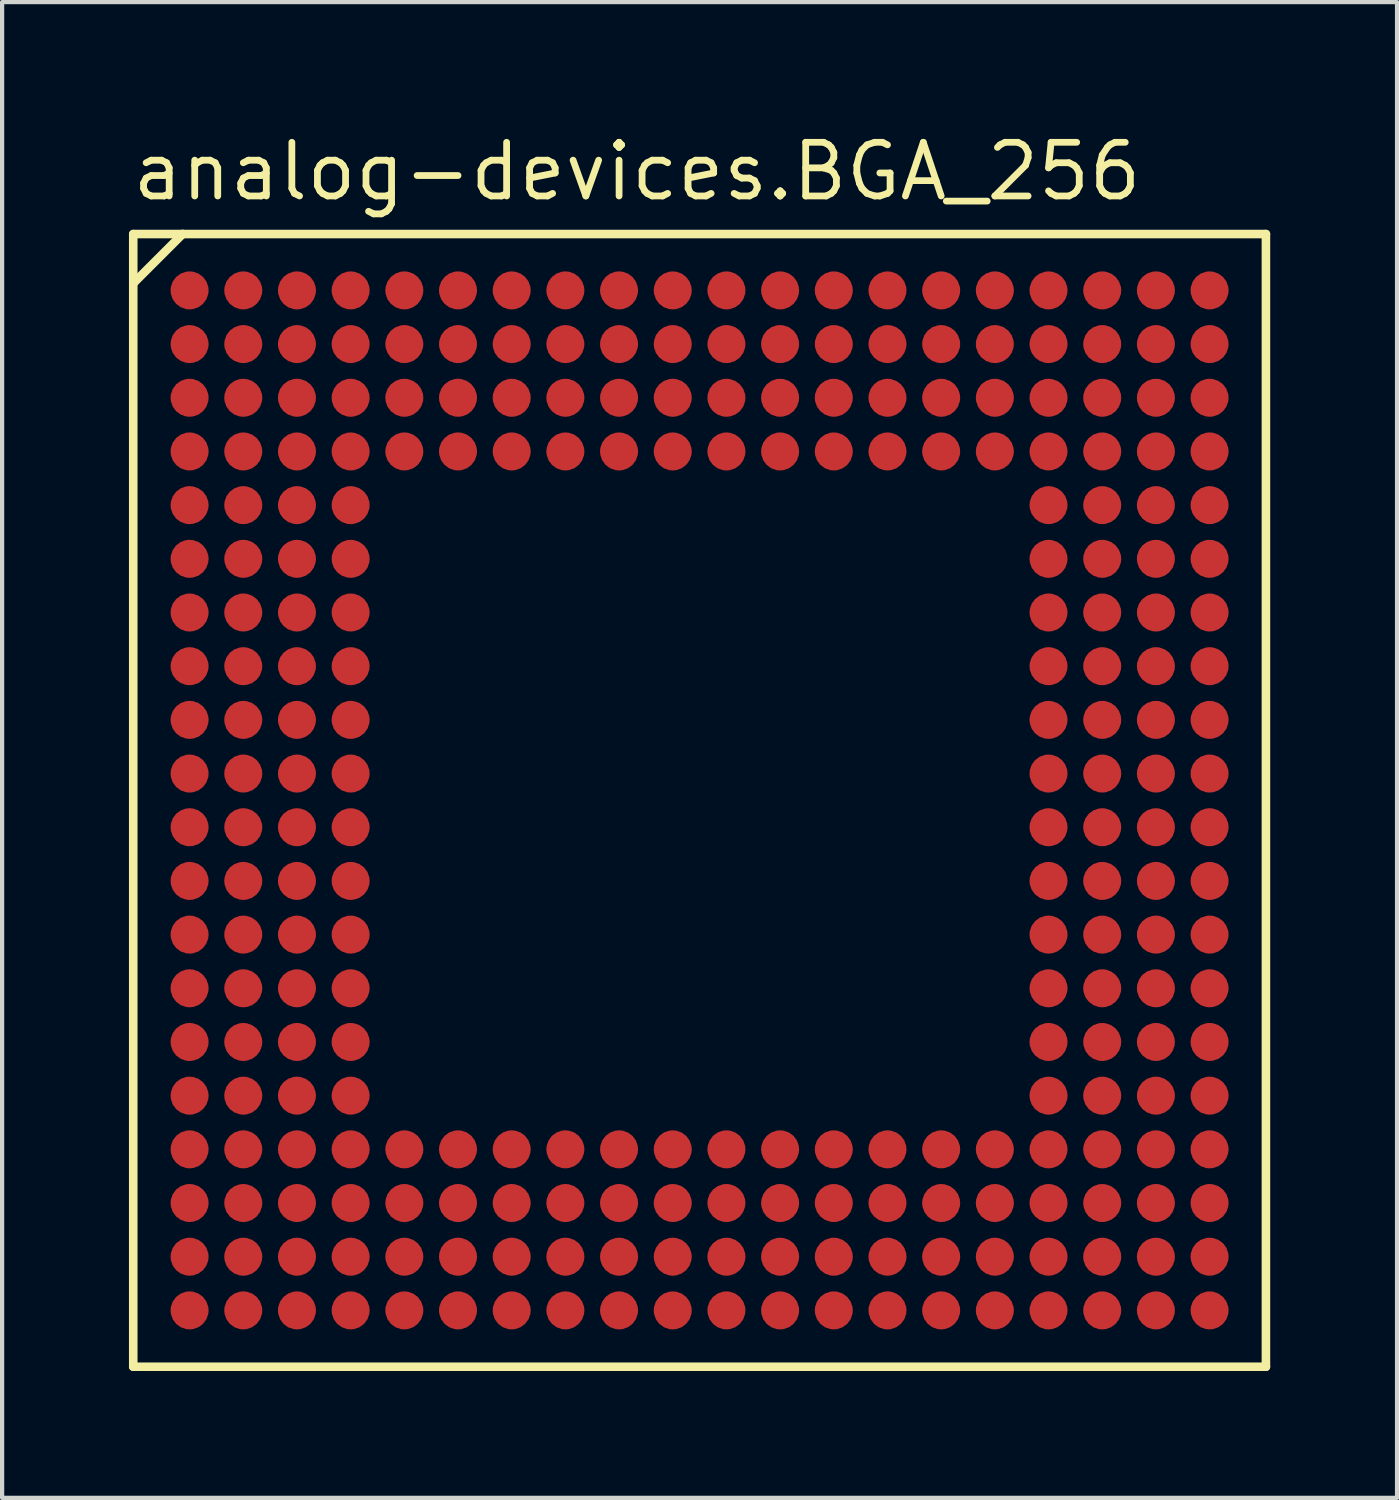
<source format=kicad_pcb>
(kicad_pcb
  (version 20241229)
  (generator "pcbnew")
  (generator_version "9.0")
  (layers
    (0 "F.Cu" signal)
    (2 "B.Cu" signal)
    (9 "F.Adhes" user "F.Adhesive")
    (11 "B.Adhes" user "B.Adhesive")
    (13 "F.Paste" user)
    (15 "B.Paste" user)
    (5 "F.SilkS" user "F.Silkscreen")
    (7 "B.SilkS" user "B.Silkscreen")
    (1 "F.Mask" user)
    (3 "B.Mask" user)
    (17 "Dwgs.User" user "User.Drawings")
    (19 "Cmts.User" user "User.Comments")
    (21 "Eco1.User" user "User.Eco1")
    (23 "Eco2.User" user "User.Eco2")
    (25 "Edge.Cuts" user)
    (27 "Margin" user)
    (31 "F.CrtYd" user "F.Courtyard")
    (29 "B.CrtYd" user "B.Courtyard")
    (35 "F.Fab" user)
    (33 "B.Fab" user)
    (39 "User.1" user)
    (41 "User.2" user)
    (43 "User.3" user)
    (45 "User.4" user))
  (footprint "analog-devices.BGA_256"
    (layer "F.Cu")
    (at 13.5 15.885)
    (property "Reference" "analog-devices.BGA_256" (at -13.5 -14.135 0) (layer "F.SilkS") (effects (font (size 1.27 1.27) (thickness 0.16)) (justify left bottom)))
    (attr smd)
    (fp_circle (center -12.065 -12.065) (end -11.615 -12.065) (stroke (width 0.1) (type default)) (fill no) (layer "F.Mask"))
    (fp_circle (center -12.065 -10.795) (end -11.615 -10.795) (stroke (width 0.1) (type default)) (fill no) (layer "F.Mask"))
    (fp_circle (center -12.065 -9.525) (end -11.615 -9.525) (stroke (width 0.1) (type default)) (fill no) (layer "F.Mask"))
    (fp_circle (center -12.065 -8.255) (end -11.615 -8.255) (stroke (width 0.1) (type default)) (fill no) (layer "F.Mask"))
    (fp_circle (center -12.065 -6.985) (end -11.615 -6.985) (stroke (width 0.1) (type default)) (fill no) (layer "F.Mask"))
    (fp_circle (center -12.065 -5.715) (end -11.615 -5.715) (stroke (width 0.1) (type default)) (fill no) (layer "F.Mask"))
    (fp_circle (center -12.065 -4.445) (end -11.615 -4.445) (stroke (width 0.1) (type default)) (fill no) (layer "F.Mask"))
    (fp_circle (center -12.065 -3.175) (end -11.615 -3.175) (stroke (width 0.1) (type default)) (fill no) (layer "F.Mask"))
    (fp_circle (center -12.065 -1.905) (end -11.615 -1.905) (stroke (width 0.1) (type default)) (fill no) (layer "F.Mask"))
    (fp_circle (center -12.065 -0.635) (end -11.615 -0.635) (stroke (width 0.1) (type default)) (fill no) (layer "F.Mask"))
    (fp_circle (center -12.065 0.635) (end -11.615 0.635) (stroke (width 0.1) (type default)) (fill no) (layer "F.Mask"))
    (fp_circle (center -12.065 1.905) (end -11.615 1.905) (stroke (width 0.1) (type default)) (fill no) (layer "F.Mask"))
    (fp_circle (center -12.065 3.175) (end -11.615 3.175) (stroke (width 0.1) (type default)) (fill no) (layer "F.Mask"))
    (fp_circle (center -12.065 4.445) (end -11.615 4.445) (stroke (width 0.1) (type default)) (fill no) (layer "F.Mask"))
    (fp_circle (center -12.065 5.715) (end -11.615 5.715) (stroke (width 0.1) (type default)) (fill no) (layer "F.Mask"))
    (fp_circle (center -12.065 6.985) (end -11.615 6.985) (stroke (width 0.1) (type default)) (fill no) (layer "F.Mask"))
    (fp_circle (center -12.065 8.255) (end -11.615 8.255) (stroke (width 0.1) (type default)) (fill no) (layer "F.Mask"))
    (fp_circle (center -12.065 9.525) (end -11.615 9.525) (stroke (width 0.1) (type default)) (fill no) (layer "F.Mask"))
    (fp_circle (center -12.065 10.795) (end -11.615 10.795) (stroke (width 0.1) (type default)) (fill no) (layer "F.Mask"))
    (fp_circle (center -12.065 12.065) (end -11.615 12.065) (stroke (width 0.1) (type default)) (fill no) (layer "F.Mask"))
    (fp_circle (center -10.795 -12.065) (end -10.345 -12.065) (stroke (width 0.1) (type default)) (fill no) (layer "F.Mask"))
    (fp_circle (center -10.795 -10.795) (end -10.345 -10.795) (stroke (width 0.1) (type default)) (fill no) (layer "F.Mask"))
    (fp_circle (center -10.795 -9.525) (end -10.345 -9.525) (stroke (width 0.1) (type default)) (fill no) (layer "F.Mask"))
    (fp_circle (center -10.795 -8.255) (end -10.345 -8.255) (stroke (width 0.1) (type default)) (fill no) (layer "F.Mask"))
    (fp_circle (center -10.795 -6.985) (end -10.345 -6.985) (stroke (width 0.1) (type default)) (fill no) (layer "F.Mask"))
    (fp_circle (center -10.795 -5.715) (end -10.345 -5.715) (stroke (width 0.1) (type default)) (fill no) (layer "F.Mask"))
    (fp_circle (center -10.795 -4.445) (end -10.345 -4.445) (stroke (width 0.1) (type default)) (fill no) (layer "F.Mask"))
    (fp_circle (center -10.795 -3.175) (end -10.345 -3.175) (stroke (width 0.1) (type default)) (fill no) (layer "F.Mask"))
    (fp_circle (center -10.795 -1.905) (end -10.345 -1.905) (stroke (width 0.1) (type default)) (fill no) (layer "F.Mask"))
    (fp_circle (center -10.795 -0.635) (end -10.345 -0.635) (stroke (width 0.1) (type default)) (fill no) (layer "F.Mask"))
    (fp_circle (center -10.795 0.635) (end -10.345 0.635) (stroke (width 0.1) (type default)) (fill no) (layer "F.Mask"))
    (fp_circle (center -10.795 1.905) (end -10.345 1.905) (stroke (width 0.1) (type default)) (fill no) (layer "F.Mask"))
    (fp_circle (center -10.795 3.175) (end -10.345 3.175) (stroke (width 0.1) (type default)) (fill no) (layer "F.Mask"))
    (fp_circle (center -10.795 4.445) (end -10.345 4.445) (stroke (width 0.1) (type default)) (fill no) (layer "F.Mask"))
    (fp_circle (center -10.795 5.715) (end -10.345 5.715) (stroke (width 0.1) (type default)) (fill no) (layer "F.Mask"))
    (fp_circle (center -10.795 6.985) (end -10.345 6.985) (stroke (width 0.1) (type default)) (fill no) (layer "F.Mask"))
    (fp_circle (center -10.795 8.255) (end -10.345 8.255) (stroke (width 0.1) (type default)) (fill no) (layer "F.Mask"))
    (fp_circle (center -10.795 9.525) (end -10.345 9.525) (stroke (width 0.1) (type default)) (fill no) (layer "F.Mask"))
    (fp_circle (center -10.795 10.795) (end -10.345 10.795) (stroke (width 0.1) (type default)) (fill no) (layer "F.Mask"))
    (fp_circle (center -10.795 12.065) (end -10.345 12.065) (stroke (width 0.1) (type default)) (fill no) (layer "F.Mask"))
    (fp_circle (center -9.525 -12.065) (end -9.075 -12.065) (stroke (width 0.1) (type default)) (fill no) (layer "F.Mask"))
    (fp_circle (center -9.525 -10.795) (end -9.075 -10.795) (stroke (width 0.1) (type default)) (fill no) (layer "F.Mask"))
    (fp_circle (center -9.525 -9.525) (end -9.075 -9.525) (stroke (width 0.1) (type default)) (fill no) (layer "F.Mask"))
    (fp_circle (center -9.525 -8.255) (end -9.075 -8.255) (stroke (width 0.1) (type default)) (fill no) (layer "F.Mask"))
    (fp_circle (center -9.525 -6.985) (end -9.075 -6.985) (stroke (width 0.1) (type default)) (fill no) (layer "F.Mask"))
    (fp_circle (center -9.525 -5.715) (end -9.075 -5.715) (stroke (width 0.1) (type default)) (fill no) (layer "F.Mask"))
    (fp_circle (center -9.525 -4.445) (end -9.075 -4.445) (stroke (width 0.1) (type default)) (fill no) (layer "F.Mask"))
    (fp_circle (center -9.525 -3.175) (end -9.075 -3.175) (stroke (width 0.1) (type default)) (fill no) (layer "F.Mask"))
    (fp_circle (center -9.525 -1.905) (end -9.075 -1.905) (stroke (width 0.1) (type default)) (fill no) (layer "F.Mask"))
    (fp_circle (center -9.525 -0.635) (end -9.075 -0.635) (stroke (width 0.1) (type default)) (fill no) (layer "F.Mask"))
    (fp_circle (center -9.525 0.635) (end -9.075 0.635) (stroke (width 0.1) (type default)) (fill no) (layer "F.Mask"))
    (fp_circle (center -9.525 1.905) (end -9.075 1.905) (stroke (width 0.1) (type default)) (fill no) (layer "F.Mask"))
    (fp_circle (center -9.525 3.175) (end -9.075 3.175) (stroke (width 0.1) (type default)) (fill no) (layer "F.Mask"))
    (fp_circle (center -9.525 4.445) (end -9.075 4.445) (stroke (width 0.1) (type default)) (fill no) (layer "F.Mask"))
    (fp_circle (center -9.525 5.715) (end -9.075 5.715) (stroke (width 0.1) (type default)) (fill no) (layer "F.Mask"))
    (fp_circle (center -9.525 6.985) (end -9.075 6.985) (stroke (width 0.1) (type default)) (fill no) (layer "F.Mask"))
    (fp_circle (center -9.525 8.255) (end -9.075 8.255) (stroke (width 0.1) (type default)) (fill no) (layer "F.Mask"))
    (fp_circle (center -9.525 9.525) (end -9.075 9.525) (stroke (width 0.1) (type default)) (fill no) (layer "F.Mask"))
    (fp_circle (center -9.525 10.795) (end -9.075 10.795) (stroke (width 0.1) (type default)) (fill no) (layer "F.Mask"))
    (fp_circle (center -9.525 12.065) (end -9.075 12.065) (stroke (width 0.1) (type default)) (fill no) (layer "F.Mask"))
    (fp_circle (center -8.255 -12.065) (end -7.805 -12.065) (stroke (width 0.1) (type default)) (fill no) (layer "F.Mask"))
    (fp_circle (center -8.255 -10.795) (end -7.805 -10.795) (stroke (width 0.1) (type default)) (fill no) (layer "F.Mask"))
    (fp_circle (center -8.255 -9.525) (end -7.805 -9.525) (stroke (width 0.1) (type default)) (fill no) (layer "F.Mask"))
    (fp_circle (center -8.255 -8.255) (end -7.805 -8.255) (stroke (width 0.1) (type default)) (fill no) (layer "F.Mask"))
    (fp_circle (center -8.255 -6.985) (end -7.805 -6.985) (stroke (width 0.1) (type default)) (fill no) (layer "F.Mask"))
    (fp_circle (center -8.255 -5.715) (end -7.805 -5.715) (stroke (width 0.1) (type default)) (fill no) (layer "F.Mask"))
    (fp_circle (center -8.255 -4.445) (end -7.805 -4.445) (stroke (width 0.1) (type default)) (fill no) (layer "F.Mask"))
    (fp_circle (center -8.255 -3.175) (end -7.805 -3.175) (stroke (width 0.1) (type default)) (fill no) (layer "F.Mask"))
    (fp_circle (center -8.255 -1.905) (end -7.805 -1.905) (stroke (width 0.1) (type default)) (fill no) (layer "F.Mask"))
    (fp_circle (center -8.255 -0.635) (end -7.805 -0.635) (stroke (width 0.1) (type default)) (fill no) (layer "F.Mask"))
    (fp_circle (center -8.255 0.635) (end -7.805 0.635) (stroke (width 0.1) (type default)) (fill no) (layer "F.Mask"))
    (fp_circle (center -8.255 1.905) (end -7.805 1.905) (stroke (width 0.1) (type default)) (fill no) (layer "F.Mask"))
    (fp_circle (center -8.255 3.175) (end -7.805 3.175) (stroke (width 0.1) (type default)) (fill no) (layer "F.Mask"))
    (fp_circle (center -8.255 4.445) (end -7.805 4.445) (stroke (width 0.1) (type default)) (fill no) (layer "F.Mask"))
    (fp_circle (center -8.255 5.715) (end -7.805 5.715) (stroke (width 0.1) (type default)) (fill no) (layer "F.Mask"))
    (fp_circle (center -8.255 6.985) (end -7.805 6.985) (stroke (width 0.1) (type default)) (fill no) (layer "F.Mask"))
    (fp_circle (center -8.255 8.255) (end -7.805 8.255) (stroke (width 0.1) (type default)) (fill no) (layer "F.Mask"))
    (fp_circle (center -8.255 9.525) (end -7.805 9.525) (stroke (width 0.1) (type default)) (fill no) (layer "F.Mask"))
    (fp_circle (center -8.255 10.795) (end -7.805 10.795) (stroke (width 0.1) (type default)) (fill no) (layer "F.Mask"))
    (fp_circle (center -8.255 12.065) (end -7.805 12.065) (stroke (width 0.1) (type default)) (fill no) (layer "F.Mask"))
    (fp_circle (center -6.985 -12.065) (end -6.535 -12.065) (stroke (width 0.1) (type default)) (fill no) (layer "F.Mask"))
    (fp_circle (center -6.985 -10.795) (end -6.535 -10.795) (stroke (width 0.1) (type default)) (fill no) (layer "F.Mask"))
    (fp_circle (center -6.985 -9.525) (end -6.535 -9.525) (stroke (width 0.1) (type default)) (fill no) (layer "F.Mask"))
    (fp_circle (center -6.985 -8.255) (end -6.535 -8.255) (stroke (width 0.1) (type default)) (fill no) (layer "F.Mask"))
    (fp_circle (center -6.985 8.255) (end -6.535 8.255) (stroke (width 0.1) (type default)) (fill no) (layer "F.Mask"))
    (fp_circle (center -6.985 9.525) (end -6.535 9.525) (stroke (width 0.1) (type default)) (fill no) (layer "F.Mask"))
    (fp_circle (center -6.985 10.795) (end -6.535 10.795) (stroke (width 0.1) (type default)) (fill no) (layer "F.Mask"))
    (fp_circle (center -6.985 12.065) (end -6.535 12.065) (stroke (width 0.1) (type default)) (fill no) (layer "F.Mask"))
    (fp_circle (center -5.715 -12.065) (end -5.265 -12.065) (stroke (width 0.1) (type default)) (fill no) (layer "F.Mask"))
    (fp_circle (center -5.715 -10.795) (end -5.265 -10.795) (stroke (width 0.1) (type default)) (fill no) (layer "F.Mask"))
    (fp_circle (center -5.715 -9.525) (end -5.265 -9.525) (stroke (width 0.1) (type default)) (fill no) (layer "F.Mask"))
    (fp_circle (center -5.715 -8.255) (end -5.265 -8.255) (stroke (width 0.1) (type default)) (fill no) (layer "F.Mask"))
    (fp_circle (center -5.715 8.255) (end -5.265 8.255) (stroke (width 0.1) (type default)) (fill no) (layer "F.Mask"))
    (fp_circle (center -5.715 9.525) (end -5.265 9.525) (stroke (width 0.1) (type default)) (fill no) (layer "F.Mask"))
    (fp_circle (center -5.715 10.795) (end -5.265 10.795) (stroke (width 0.1) (type default)) (fill no) (layer "F.Mask"))
    (fp_circle (center -5.715 12.065) (end -5.265 12.065) (stroke (width 0.1) (type default)) (fill no) (layer "F.Mask"))
    (fp_circle (center -4.445 -12.065) (end -3.995 -12.065) (stroke (width 0.1) (type default)) (fill no) (layer "F.Mask"))
    (fp_circle (center -4.445 -10.795) (end -3.995 -10.795) (stroke (width 0.1) (type default)) (fill no) (layer "F.Mask"))
    (fp_circle (center -4.445 -9.525) (end -3.995 -9.525) (stroke (width 0.1) (type default)) (fill no) (layer "F.Mask"))
    (fp_circle (center -4.445 -8.255) (end -3.995 -8.255) (stroke (width 0.1) (type default)) (fill no) (layer "F.Mask"))
    (fp_circle (center -4.445 8.255) (end -3.995 8.255) (stroke (width 0.1) (type default)) (fill no) (layer "F.Mask"))
    (fp_circle (center -4.445 9.525) (end -3.995 9.525) (stroke (width 0.1) (type default)) (fill no) (layer "F.Mask"))
    (fp_circle (center -4.445 10.795) (end -3.995 10.795) (stroke (width 0.1) (type default)) (fill no) (layer "F.Mask"))
    (fp_circle (center -4.445 12.065) (end -3.995 12.065) (stroke (width 0.1) (type default)) (fill no) (layer "F.Mask"))
    (fp_circle (center -3.175 -12.065) (end -2.725 -12.065) (stroke (width 0.1) (type default)) (fill no) (layer "F.Mask"))
    (fp_circle (center -3.175 -10.795) (end -2.725 -10.795) (stroke (width 0.1) (type default)) (fill no) (layer "F.Mask"))
    (fp_circle (center -3.175 -9.525) (end -2.725 -9.525) (stroke (width 0.1) (type default)) (fill no) (layer "F.Mask"))
    (fp_circle (center -3.175 -8.255) (end -2.725 -8.255) (stroke (width 0.1) (type default)) (fill no) (layer "F.Mask"))
    (fp_circle (center -3.175 8.255) (end -2.725 8.255) (stroke (width 0.1) (type default)) (fill no) (layer "F.Mask"))
    (fp_circle (center -3.175 9.525) (end -2.725 9.525) (stroke (width 0.1) (type default)) (fill no) (layer "F.Mask"))
    (fp_circle (center -3.175 10.795) (end -2.725 10.795) (stroke (width 0.1) (type default)) (fill no) (layer "F.Mask"))
    (fp_circle (center -3.175 12.065) (end -2.725 12.065) (stroke (width 0.1) (type default)) (fill no) (layer "F.Mask"))
    (fp_circle (center -1.905 -12.065) (end -1.455 -12.065) (stroke (width 0.1) (type default)) (fill no) (layer "F.Mask"))
    (fp_circle (center -1.905 -10.795) (end -1.455 -10.795) (stroke (width 0.1) (type default)) (fill no) (layer "F.Mask"))
    (fp_circle (center -1.905 -9.525) (end -1.455 -9.525) (stroke (width 0.1) (type default)) (fill no) (layer "F.Mask"))
    (fp_circle (center -1.905 -8.255) (end -1.455 -8.255) (stroke (width 0.1) (type default)) (fill no) (layer "F.Mask"))
    (fp_circle (center -1.905 8.255) (end -1.455 8.255) (stroke (width 0.1) (type default)) (fill no) (layer "F.Mask"))
    (fp_circle (center -1.905 9.525) (end -1.455 9.525) (stroke (width 0.1) (type default)) (fill no) (layer "F.Mask"))
    (fp_circle (center -1.905 10.795) (end -1.455 10.795) (stroke (width 0.1) (type default)) (fill no) (layer "F.Mask"))
    (fp_circle (center -1.905 12.065) (end -1.455 12.065) (stroke (width 0.1) (type default)) (fill no) (layer "F.Mask"))
    (fp_circle (center -0.635 -12.065) (end -0.185 -12.065) (stroke (width 0.1) (type default)) (fill no) (layer "F.Mask"))
    (fp_circle (center -0.635 -10.795) (end -0.185 -10.795) (stroke (width 0.1) (type default)) (fill no) (layer "F.Mask"))
    (fp_circle (center -0.635 -9.525) (end -0.185 -9.525) (stroke (width 0.1) (type default)) (fill no) (layer "F.Mask"))
    (fp_circle (center -0.635 -8.255) (end -0.185 -8.255) (stroke (width 0.1) (type default)) (fill no) (layer "F.Mask"))
    (fp_circle (center -0.635 8.255) (end -0.185 8.255) (stroke (width 0.1) (type default)) (fill no) (layer "F.Mask"))
    (fp_circle (center -0.635 9.525) (end -0.185 9.525) (stroke (width 0.1) (type default)) (fill no) (layer "F.Mask"))
    (fp_circle (center -0.635 10.795) (end -0.185 10.795) (stroke (width 0.1) (type default)) (fill no) (layer "F.Mask"))
    (fp_circle (center -0.635 12.065) (end -0.185 12.065) (stroke (width 0.1) (type default)) (fill no) (layer "F.Mask"))
    (fp_circle (center 0.635 -12.065) (end 1.085 -12.065) (stroke (width 0.1) (type default)) (fill no) (layer "F.Mask"))
    (fp_circle (center 0.635 -10.795) (end 1.085 -10.795) (stroke (width 0.1) (type default)) (fill no) (layer "F.Mask"))
    (fp_circle (center 0.635 -9.525) (end 1.085 -9.525) (stroke (width 0.1) (type default)) (fill no) (layer "F.Mask"))
    (fp_circle (center 0.635 -8.255) (end 1.085 -8.255) (stroke (width 0.1) (type default)) (fill no) (layer "F.Mask"))
    (fp_circle (center 0.635 8.255) (end 1.085 8.255) (stroke (width 0.1) (type default)) (fill no) (layer "F.Mask"))
    (fp_circle (center 0.635 9.525) (end 1.085 9.525) (stroke (width 0.1) (type default)) (fill no) (layer "F.Mask"))
    (fp_circle (center 0.635 10.795) (end 1.085 10.795) (stroke (width 0.1) (type default)) (fill no) (layer "F.Mask"))
    (fp_circle (center 0.635 12.065) (end 1.085 12.065) (stroke (width 0.1) (type default)) (fill no) (layer "F.Mask"))
    (fp_circle (center 1.905 -12.065) (end 2.355 -12.065) (stroke (width 0.1) (type default)) (fill no) (layer "F.Mask"))
    (fp_circle (center 1.905 -10.795) (end 2.355 -10.795) (stroke (width 0.1) (type default)) (fill no) (layer "F.Mask"))
    (fp_circle (center 1.905 -9.525) (end 2.355 -9.525) (stroke (width 0.1) (type default)) (fill no) (layer "F.Mask"))
    (fp_circle (center 1.905 -8.255) (end 2.355 -8.255) (stroke (width 0.1) (type default)) (fill no) (layer "F.Mask"))
    (fp_circle (center 1.905 8.255) (end 2.355 8.255) (stroke (width 0.1) (type default)) (fill no) (layer "F.Mask"))
    (fp_circle (center 1.905 9.525) (end 2.355 9.525) (stroke (width 0.1) (type default)) (fill no) (layer "F.Mask"))
    (fp_circle (center 1.905 10.795) (end 2.355 10.795) (stroke (width 0.1) (type default)) (fill no) (layer "F.Mask"))
    (fp_circle (center 1.905 12.065) (end 2.355 12.065) (stroke (width 0.1) (type default)) (fill no) (layer "F.Mask"))
    (fp_circle (center 3.175 -12.065) (end 3.625 -12.065) (stroke (width 0.1) (type default)) (fill no) (layer "F.Mask"))
    (fp_circle (center 3.175 -10.795) (end 3.625 -10.795) (stroke (width 0.1) (type default)) (fill no) (layer "F.Mask"))
    (fp_circle (center 3.175 -9.525) (end 3.625 -9.525) (stroke (width 0.1) (type default)) (fill no) (layer "F.Mask"))
    (fp_circle (center 3.175 -8.255) (end 3.625 -8.255) (stroke (width 0.1) (type default)) (fill no) (layer "F.Mask"))
    (fp_circle (center 3.175 8.255) (end 3.625 8.255) (stroke (width 0.1) (type default)) (fill no) (layer "F.Mask"))
    (fp_circle (center 3.175 9.525) (end 3.625 9.525) (stroke (width 0.1) (type default)) (fill no) (layer "F.Mask"))
    (fp_circle (center 3.175 10.795) (end 3.625 10.795) (stroke (width 0.1) (type default)) (fill no) (layer "F.Mask"))
    (fp_circle (center 3.175 12.065) (end 3.625 12.065) (stroke (width 0.1) (type default)) (fill no) (layer "F.Mask"))
    (fp_circle (center 4.445 -12.065) (end 4.895 -12.065) (stroke (width 0.1) (type default)) (fill no) (layer "F.Mask"))
    (fp_circle (center 4.445 -10.795) (end 4.895 -10.795) (stroke (width 0.1) (type default)) (fill no) (layer "F.Mask"))
    (fp_circle (center 4.445 -9.525) (end 4.895 -9.525) (stroke (width 0.1) (type default)) (fill no) (layer "F.Mask"))
    (fp_circle (center 4.445 -8.255) (end 4.895 -8.255) (stroke (width 0.1) (type default)) (fill no) (layer "F.Mask"))
    (fp_circle (center 4.445 8.255) (end 4.895 8.255) (stroke (width 0.1) (type default)) (fill no) (layer "F.Mask"))
    (fp_circle (center 4.445 9.525) (end 4.895 9.525) (stroke (width 0.1) (type default)) (fill no) (layer "F.Mask"))
    (fp_circle (center 4.445 10.795) (end 4.895 10.795) (stroke (width 0.1) (type default)) (fill no) (layer "F.Mask"))
    (fp_circle (center 4.445 12.065) (end 4.895 12.065) (stroke (width 0.1) (type default)) (fill no) (layer "F.Mask"))
    (fp_circle (center 5.715 -12.065) (end 6.165 -12.065) (stroke (width 0.1) (type default)) (fill no) (layer "F.Mask"))
    (fp_circle (center 5.715 -10.795) (end 6.165 -10.795) (stroke (width 0.1) (type default)) (fill no) (layer "F.Mask"))
    (fp_circle (center 5.715 -9.525) (end 6.165 -9.525) (stroke (width 0.1) (type default)) (fill no) (layer "F.Mask"))
    (fp_circle (center 5.715 -8.255) (end 6.165 -8.255) (stroke (width 0.1) (type default)) (fill no) (layer "F.Mask"))
    (fp_circle (center 5.715 8.255) (end 6.165 8.255) (stroke (width 0.1) (type default)) (fill no) (layer "F.Mask"))
    (fp_circle (center 5.715 9.525) (end 6.165 9.525) (stroke (width 0.1) (type default)) (fill no) (layer "F.Mask"))
    (fp_circle (center 5.715 10.795) (end 6.165 10.795) (stroke (width 0.1) (type default)) (fill no) (layer "F.Mask"))
    (fp_circle (center 5.715 12.065) (end 6.165 12.065) (stroke (width 0.1) (type default)) (fill no) (layer "F.Mask"))
    (fp_circle (center 6.985 -12.065) (end 7.435 -12.065) (stroke (width 0.1) (type default)) (fill no) (layer "F.Mask"))
    (fp_circle (center 6.985 -10.795) (end 7.435 -10.795) (stroke (width 0.1) (type default)) (fill no) (layer "F.Mask"))
    (fp_circle (center 6.985 -9.525) (end 7.435 -9.525) (stroke (width 0.1) (type default)) (fill no) (layer "F.Mask"))
    (fp_circle (center 6.985 -8.255) (end 7.435 -8.255) (stroke (width 0.1) (type default)) (fill no) (layer "F.Mask"))
    (fp_circle (center 6.985 8.255) (end 7.435 8.255) (stroke (width 0.1) (type default)) (fill no) (layer "F.Mask"))
    (fp_circle (center 6.985 9.525) (end 7.435 9.525) (stroke (width 0.1) (type default)) (fill no) (layer "F.Mask"))
    (fp_circle (center 6.985 10.795) (end 7.435 10.795) (stroke (width 0.1) (type default)) (fill no) (layer "F.Mask"))
    (fp_circle (center 6.985 12.065) (end 7.435 12.065) (stroke (width 0.1) (type default)) (fill no) (layer "F.Mask"))
    (fp_circle (center 8.255 -12.065) (end 8.705 -12.065) (stroke (width 0.1) (type default)) (fill no) (layer "F.Mask"))
    (fp_circle (center 8.255 -10.795) (end 8.705 -10.795) (stroke (width 0.1) (type default)) (fill no) (layer "F.Mask"))
    (fp_circle (center 8.255 -9.525) (end 8.705 -9.525) (stroke (width 0.1) (type default)) (fill no) (layer "F.Mask"))
    (fp_circle (center 8.255 -8.255) (end 8.705 -8.255) (stroke (width 0.1) (type default)) (fill no) (layer "F.Mask"))
    (fp_circle (center 8.255 -6.985) (end 8.705 -6.985) (stroke (width 0.1) (type default)) (fill no) (layer "F.Mask"))
    (fp_circle (center 8.255 -5.715) (end 8.705 -5.715) (stroke (width 0.1) (type default)) (fill no) (layer "F.Mask"))
    (fp_circle (center 8.255 -4.445) (end 8.705 -4.445) (stroke (width 0.1) (type default)) (fill no) (layer "F.Mask"))
    (fp_circle (center 8.255 -3.175) (end 8.705 -3.175) (stroke (width 0.1) (type default)) (fill no) (layer "F.Mask"))
    (fp_circle (center 8.255 -1.905) (end 8.705 -1.905) (stroke (width 0.1) (type default)) (fill no) (layer "F.Mask"))
    (fp_circle (center 8.255 -0.635) (end 8.705 -0.635) (stroke (width 0.1) (type default)) (fill no) (layer "F.Mask"))
    (fp_circle (center 8.255 0.635) (end 8.705 0.635) (stroke (width 0.1) (type default)) (fill no) (layer "F.Mask"))
    (fp_circle (center 8.255 1.905) (end 8.705 1.905) (stroke (width 0.1) (type default)) (fill no) (layer "F.Mask"))
    (fp_circle (center 8.255 3.175) (end 8.705 3.175) (stroke (width 0.1) (type default)) (fill no) (layer "F.Mask"))
    (fp_circle (center 8.255 4.445) (end 8.705 4.445) (stroke (width 0.1) (type default)) (fill no) (layer "F.Mask"))
    (fp_circle (center 8.255 5.715) (end 8.705 5.715) (stroke (width 0.1) (type default)) (fill no) (layer "F.Mask"))
    (fp_circle (center 8.255 6.985) (end 8.705 6.985) (stroke (width 0.1) (type default)) (fill no) (layer "F.Mask"))
    (fp_circle (center 8.255 8.255) (end 8.705 8.255) (stroke (width 0.1) (type default)) (fill no) (layer "F.Mask"))
    (fp_circle (center 8.255 9.525) (end 8.705 9.525) (stroke (width 0.1) (type default)) (fill no) (layer "F.Mask"))
    (fp_circle (center 8.255 10.795) (end 8.705 10.795) (stroke (width 0.1) (type default)) (fill no) (layer "F.Mask"))
    (fp_circle (center 8.255 12.065) (end 8.705 12.065) (stroke (width 0.1) (type default)) (fill no) (layer "F.Mask"))
    (fp_circle (center 9.525 -12.065) (end 9.975 -12.065) (stroke (width 0.1) (type default)) (fill no) (layer "F.Mask"))
    (fp_circle (center 9.525 -10.795) (end 9.975 -10.795) (stroke (width 0.1) (type default)) (fill no) (layer "F.Mask"))
    (fp_circle (center 9.525 -9.525) (end 9.975 -9.525) (stroke (width 0.1) (type default)) (fill no) (layer "F.Mask"))
    (fp_circle (center 9.525 -8.255) (end 9.975 -8.255) (stroke (width 0.1) (type default)) (fill no) (layer "F.Mask"))
    (fp_circle (center 9.525 -6.985) (end 9.975 -6.985) (stroke (width 0.1) (type default)) (fill no) (layer "F.Mask"))
    (fp_circle (center 9.525 -5.715) (end 9.975 -5.715) (stroke (width 0.1) (type default)) (fill no) (layer "F.Mask"))
    (fp_circle (center 9.525 -4.445) (end 9.975 -4.445) (stroke (width 0.1) (type default)) (fill no) (layer "F.Mask"))
    (fp_circle (center 9.525 -3.175) (end 9.975 -3.175) (stroke (width 0.1) (type default)) (fill no) (layer "F.Mask"))
    (fp_circle (center 9.525 -1.905) (end 9.975 -1.905) (stroke (width 0.1) (type default)) (fill no) (layer "F.Mask"))
    (fp_circle (center 9.525 -0.635) (end 9.975 -0.635) (stroke (width 0.1) (type default)) (fill no) (layer "F.Mask"))
    (fp_circle (center 9.525 0.635) (end 9.975 0.635) (stroke (width 0.1) (type default)) (fill no) (layer "F.Mask"))
    (fp_circle (center 9.525 1.905) (end 9.975 1.905) (stroke (width 0.1) (type default)) (fill no) (layer "F.Mask"))
    (fp_circle (center 9.525 3.175) (end 9.975 3.175) (stroke (width 0.1) (type default)) (fill no) (layer "F.Mask"))
    (fp_circle (center 9.525 4.445) (end 9.975 4.445) (stroke (width 0.1) (type default)) (fill no) (layer "F.Mask"))
    (fp_circle (center 9.525 5.715) (end 9.975 5.715) (stroke (width 0.1) (type default)) (fill no) (layer "F.Mask"))
    (fp_circle (center 9.525 6.985) (end 9.975 6.985) (stroke (width 0.1) (type default)) (fill no) (layer "F.Mask"))
    (fp_circle (center 9.525 8.255) (end 9.975 8.255) (stroke (width 0.1) (type default)) (fill no) (layer "F.Mask"))
    (fp_circle (center 9.525 9.525) (end 9.975 9.525) (stroke (width 0.1) (type default)) (fill no) (layer "F.Mask"))
    (fp_circle (center 9.525 10.795) (end 9.975 10.795) (stroke (width 0.1) (type default)) (fill no) (layer "F.Mask"))
    (fp_circle (center 9.525 12.065) (end 9.975 12.065) (stroke (width 0.1) (type default)) (fill no) (layer "F.Mask"))
    (fp_circle (center 10.795 -12.065) (end 11.245 -12.065) (stroke (width 0.1) (type default)) (fill no) (layer "F.Mask"))
    (fp_circle (center 10.795 -10.795) (end 11.245 -10.795) (stroke (width 0.1) (type default)) (fill no) (layer "F.Mask"))
    (fp_circle (center 10.795 -9.525) (end 11.245 -9.525) (stroke (width 0.1) (type default)) (fill no) (layer "F.Mask"))
    (fp_circle (center 10.795 -8.255) (end 11.245 -8.255) (stroke (width 0.1) (type default)) (fill no) (layer "F.Mask"))
    (fp_circle (center 10.795 -6.985) (end 11.245 -6.985) (stroke (width 0.1) (type default)) (fill no) (layer "F.Mask"))
    (fp_circle (center 10.795 -5.715) (end 11.245 -5.715) (stroke (width 0.1) (type default)) (fill no) (layer "F.Mask"))
    (fp_circle (center 10.795 -4.445) (end 11.245 -4.445) (stroke (width 0.1) (type default)) (fill no) (layer "F.Mask"))
    (fp_circle (center 10.795 -3.175) (end 11.245 -3.175) (stroke (width 0.1) (type default)) (fill no) (layer "F.Mask"))
    (fp_circle (center 10.795 -1.905) (end 11.245 -1.905) (stroke (width 0.1) (type default)) (fill no) (layer "F.Mask"))
    (fp_circle (center 10.795 -0.635) (end 11.245 -0.635) (stroke (width 0.1) (type default)) (fill no) (layer "F.Mask"))
    (fp_circle (center 10.795 0.635) (end 11.245 0.635) (stroke (width 0.1) (type default)) (fill no) (layer "F.Mask"))
    (fp_circle (center 10.795 1.905) (end 11.245 1.905) (stroke (width 0.1) (type default)) (fill no) (layer "F.Mask"))
    (fp_circle (center 10.795 3.175) (end 11.245 3.175) (stroke (width 0.1) (type default)) (fill no) (layer "F.Mask"))
    (fp_circle (center 10.795 4.445) (end 11.245 4.445) (stroke (width 0.1) (type default)) (fill no) (layer "F.Mask"))
    (fp_circle (center 10.795 5.715) (end 11.245 5.715) (stroke (width 0.1) (type default)) (fill no) (layer "F.Mask"))
    (fp_circle (center 10.795 6.985) (end 11.245 6.985) (stroke (width 0.1) (type default)) (fill no) (layer "F.Mask"))
    (fp_circle (center 10.795 8.255) (end 11.245 8.255) (stroke (width 0.1) (type default)) (fill no) (layer "F.Mask"))
    (fp_circle (center 10.795 9.525) (end 11.245 9.525) (stroke (width 0.1) (type default)) (fill no) (layer "F.Mask"))
    (fp_circle (center 10.795 10.795) (end 11.245 10.795) (stroke (width 0.1) (type default)) (fill no) (layer "F.Mask"))
    (fp_circle (center 10.795 12.065) (end 11.245 12.065) (stroke (width 0.1) (type default)) (fill no) (layer "F.Mask"))
    (fp_circle (center 12.065 -12.065) (end 12.515 -12.065) (stroke (width 0.1) (type default)) (fill no) (layer "F.Mask"))
    (fp_circle (center 12.065 -10.795) (end 12.515 -10.795) (stroke (width 0.1) (type default)) (fill no) (layer "F.Mask"))
    (fp_circle (center 12.065 -9.525) (end 12.515 -9.525) (stroke (width 0.1) (type default)) (fill no) (layer "F.Mask"))
    (fp_circle (center 12.065 -8.255) (end 12.515 -8.255) (stroke (width 0.1) (type default)) (fill no) (layer "F.Mask"))
    (fp_circle (center 12.065 -6.985) (end 12.515 -6.985) (stroke (width 0.1) (type default)) (fill no) (layer "F.Mask"))
    (fp_circle (center 12.065 -5.715) (end 12.515 -5.715) (stroke (width 0.1) (type default)) (fill no) (layer "F.Mask"))
    (fp_circle (center 12.065 -4.445) (end 12.515 -4.445) (stroke (width 0.1) (type default)) (fill no) (layer "F.Mask"))
    (fp_circle (center 12.065 -3.175) (end 12.515 -3.175) (stroke (width 0.1) (type default)) (fill no) (layer "F.Mask"))
    (fp_circle (center 12.065 -1.905) (end 12.515 -1.905) (stroke (width 0.1) (type default)) (fill no) (layer "F.Mask"))
    (fp_circle (center 12.065 -0.635) (end 12.515 -0.635) (stroke (width 0.1) (type default)) (fill no) (layer "F.Mask"))
    (fp_circle (center 12.065 0.635) (end 12.515 0.635) (stroke (width 0.1) (type default)) (fill no) (layer "F.Mask"))
    (fp_circle (center 12.065 1.905) (end 12.515 1.905) (stroke (width 0.1) (type default)) (fill no) (layer "F.Mask"))
    (fp_circle (center 12.065 3.175) (end 12.515 3.175) (stroke (width 0.1) (type default)) (fill no) (layer "F.Mask"))
    (fp_circle (center 12.065 4.445) (end 12.515 4.445) (stroke (width 0.1) (type default)) (fill no) (layer "F.Mask"))
    (fp_circle (center 12.065 5.715) (end 12.515 5.715) (stroke (width 0.1) (type default)) (fill no) (layer "F.Mask"))
    (fp_circle (center 12.065 6.985) (end 12.515 6.985) (stroke (width 0.1) (type default)) (fill no) (layer "F.Mask"))
    (fp_circle (center 12.065 8.255) (end 12.515 8.255) (stroke (width 0.1) (type default)) (fill no) (layer "F.Mask"))
    (fp_circle (center 12.065 9.525) (end 12.515 9.525) (stroke (width 0.1) (type default)) (fill no) (layer "F.Mask"))
    (fp_circle (center 12.065 10.795) (end 12.515 10.795) (stroke (width 0.1) (type default)) (fill no) (layer "F.Mask"))
    (fp_circle (center 12.065 12.065) (end 12.515 12.065) (stroke (width 0.1) (type default)) (fill no) (layer "F.Mask"))
    (fp_line (start -13.398 -13.398) (end -13.398 -12.23) (stroke (width 0.203) (type default)) (layer "F.SilkS"))
    (fp_line (start -13.398 -12.23) (end -13.398 13.398) (stroke (width 0.203) (type default)) (layer "F.SilkS"))
    (fp_line (start -13.398 -12.23) (end -12.23 -13.398) (stroke (width 0.203) (type default)) (layer "F.SilkS"))
    (fp_line (start -13.398 13.398) (end 13.398 13.398) (stroke (width 0.203) (type default)) (layer "F.SilkS"))
    (fp_line (start -12.23 -13.398) (end -13.398 -13.398) (stroke (width 0.203) (type default)) (layer "F.SilkS"))
    (fp_line (start 13.398 -13.398) (end -12.23 -13.398) (stroke (width 0.203) (type default)) (layer "F.SilkS"))
    (fp_line (start 13.398 13.398) (end 13.398 -13.398) (stroke (width 0.203) (type default)) (layer "F.SilkS"))
    (pad "A1" smd roundrect (at -12.065 -12.065) (size 0.9 0.9) (layers "F.Cu" "F.Mask" "F.Paste") (roundrect_rratio 0.5))
    (pad "A2" smd roundrect (at -10.795 -12.065) (size 0.9 0.9) (layers "F.Cu" "F.Mask" "F.Paste") (roundrect_rratio 0.5))
    (pad "A3" smd roundrect (at -9.525 -12.065) (size 0.9 0.9) (layers "F.Cu" "F.Mask" "F.Paste") (roundrect_rratio 0.5))
    (pad "A4" smd roundrect (at -8.255 -12.065) (size 0.9 0.9) (layers "F.Cu" "F.Mask" "F.Paste") (roundrect_rratio 0.5))
    (pad "A5" smd roundrect (at -6.985 -12.065) (size 0.9 0.9) (layers "F.Cu" "F.Mask" "F.Paste") (roundrect_rratio 0.5))
    (pad "A6" smd roundrect (at -5.715 -12.065) (size 0.9 0.9) (layers "F.Cu" "F.Mask" "F.Paste") (roundrect_rratio 0.5))
    (pad "A7" smd roundrect (at -4.445 -12.065) (size 0.9 0.9) (layers "F.Cu" "F.Mask" "F.Paste") (roundrect_rratio 0.5))
    (pad "A8" smd roundrect (at -3.175 -12.065) (size 0.9 0.9) (layers "F.Cu" "F.Mask" "F.Paste") (roundrect_rratio 0.5))
    (pad "A9" smd roundrect (at -1.905 -12.065) (size 0.9 0.9) (layers "F.Cu" "F.Mask" "F.Paste") (roundrect_rratio 0.5))
    (pad "A10" smd roundrect (at -0.635 -12.065) (size 0.9 0.9) (layers "F.Cu" "F.Mask" "F.Paste") (roundrect_rratio 0.5))
    (pad "A11" smd roundrect (at 0.635 -12.065) (size 0.9 0.9) (layers "F.Cu" "F.Mask" "F.Paste") (roundrect_rratio 0.5))
    (pad "A12" smd roundrect (at 1.905 -12.065) (size 0.9 0.9) (layers "F.Cu" "F.Mask" "F.Paste") (roundrect_rratio 0.5))
    (pad "A13" smd roundrect (at 3.175 -12.065) (size 0.9 0.9) (layers "F.Cu" "F.Mask" "F.Paste") (roundrect_rratio 0.5))
    (pad "A14" smd roundrect (at 4.445 -12.065) (size 0.9 0.9) (layers "F.Cu" "F.Mask" "F.Paste") (roundrect_rratio 0.5))
    (pad "A15" smd roundrect (at 5.715 -12.065) (size 0.9 0.9) (layers "F.Cu" "F.Mask" "F.Paste") (roundrect_rratio 0.5))
    (pad "A16" smd roundrect (at 6.985 -12.065) (size 0.9 0.9) (layers "F.Cu" "F.Mask" "F.Paste") (roundrect_rratio 0.5))
    (pad "A17" smd roundrect (at 8.255 -12.065) (size 0.9 0.9) (layers "F.Cu" "F.Mask" "F.Paste") (roundrect_rratio 0.5))
    (pad "A18" smd roundrect (at 9.525 -12.065) (size 0.9 0.9) (layers "F.Cu" "F.Mask" "F.Paste") (roundrect_rratio 0.5))
    (pad "A19" smd roundrect (at 10.795 -12.065) (size 0.9 0.9) (layers "F.Cu" "F.Mask" "F.Paste") (roundrect_rratio 0.5))
    (pad "A20" smd roundrect (at 12.065 -12.065) (size 0.9 0.9) (layers "F.Cu" "F.Mask" "F.Paste") (roundrect_rratio 0.5))
    (pad "B1" smd roundrect (at -12.065 -10.795) (size 0.9 0.9) (layers "F.Cu" "F.Mask" "F.Paste") (roundrect_rratio 0.5))
    (pad "B2" smd roundrect (at -10.795 -10.795) (size 0.9 0.9) (layers "F.Cu" "F.Mask" "F.Paste") (roundrect_rratio 0.5))
    (pad "B3" smd roundrect (at -9.525 -10.795) (size 0.9 0.9) (layers "F.Cu" "F.Mask" "F.Paste") (roundrect_rratio 0.5))
    (pad "B4" smd roundrect (at -8.255 -10.795) (size 0.9 0.9) (layers "F.Cu" "F.Mask" "F.Paste") (roundrect_rratio 0.5))
    (pad "B5" smd roundrect (at -6.985 -10.795) (size 0.9 0.9) (layers "F.Cu" "F.Mask" "F.Paste") (roundrect_rratio 0.5))
    (pad "B6" smd roundrect (at -5.715 -10.795) (size 0.9 0.9) (layers "F.Cu" "F.Mask" "F.Paste") (roundrect_rratio 0.5))
    (pad "B7" smd roundrect (at -4.445 -10.795) (size 0.9 0.9) (layers "F.Cu" "F.Mask" "F.Paste") (roundrect_rratio 0.5))
    (pad "B8" smd roundrect (at -3.175 -10.795) (size 0.9 0.9) (layers "F.Cu" "F.Mask" "F.Paste") (roundrect_rratio 0.5))
    (pad "B9" smd roundrect (at -1.905 -10.795) (size 0.9 0.9) (layers "F.Cu" "F.Mask" "F.Paste") (roundrect_rratio 0.5))
    (pad "B10" smd roundrect (at -0.635 -10.795) (size 0.9 0.9) (layers "F.Cu" "F.Mask" "F.Paste") (roundrect_rratio 0.5))
    (pad "B11" smd roundrect (at 0.635 -10.795) (size 0.9 0.9) (layers "F.Cu" "F.Mask" "F.Paste") (roundrect_rratio 0.5))
    (pad "B12" smd roundrect (at 1.905 -10.795) (size 0.9 0.9) (layers "F.Cu" "F.Mask" "F.Paste") (roundrect_rratio 0.5))
    (pad "B13" smd roundrect (at 3.175 -10.795) (size 0.9 0.9) (layers "F.Cu" "F.Mask" "F.Paste") (roundrect_rratio 0.5))
    (pad "B14" smd roundrect (at 4.445 -10.795) (size 0.9 0.9) (layers "F.Cu" "F.Mask" "F.Paste") (roundrect_rratio 0.5))
    (pad "B15" smd roundrect (at 5.715 -10.795) (size 0.9 0.9) (layers "F.Cu" "F.Mask" "F.Paste") (roundrect_rratio 0.5))
    (pad "B16" smd roundrect (at 6.985 -10.795) (size 0.9 0.9) (layers "F.Cu" "F.Mask" "F.Paste") (roundrect_rratio 0.5))
    (pad "B17" smd roundrect (at 8.255 -10.795) (size 0.9 0.9) (layers "F.Cu" "F.Mask" "F.Paste") (roundrect_rratio 0.5))
    (pad "B18" smd roundrect (at 9.525 -10.795) (size 0.9 0.9) (layers "F.Cu" "F.Mask" "F.Paste") (roundrect_rratio 0.5))
    (pad "B19" smd roundrect (at 10.795 -10.795) (size 0.9 0.9) (layers "F.Cu" "F.Mask" "F.Paste") (roundrect_rratio 0.5))
    (pad "B20" smd roundrect (at 12.065 -10.795) (size 0.9 0.9) (layers "F.Cu" "F.Mask" "F.Paste") (roundrect_rratio 0.5))
    (pad "C1" smd roundrect (at -12.065 -9.525) (size 0.9 0.9) (layers "F.Cu" "F.Mask" "F.Paste") (roundrect_rratio 0.5))
    (pad "C2" smd roundrect (at -10.795 -9.525) (size 0.9 0.9) (layers "F.Cu" "F.Mask" "F.Paste") (roundrect_rratio 0.5))
    (pad "C3" smd roundrect (at -9.525 -9.525) (size 0.9 0.9) (layers "F.Cu" "F.Mask" "F.Paste") (roundrect_rratio 0.5))
    (pad "C4" smd roundrect (at -8.255 -9.525) (size 0.9 0.9) (layers "F.Cu" "F.Mask" "F.Paste") (roundrect_rratio 0.5))
    (pad "C5" smd roundrect (at -6.985 -9.525) (size 0.9 0.9) (layers "F.Cu" "F.Mask" "F.Paste") (roundrect_rratio 0.5))
    (pad "C6" smd roundrect (at -5.715 -9.525) (size 0.9 0.9) (layers "F.Cu" "F.Mask" "F.Paste") (roundrect_rratio 0.5))
    (pad "C7" smd roundrect (at -4.445 -9.525) (size 0.9 0.9) (layers "F.Cu" "F.Mask" "F.Paste") (roundrect_rratio 0.5))
    (pad "C8" smd roundrect (at -3.175 -9.525) (size 0.9 0.9) (layers "F.Cu" "F.Mask" "F.Paste") (roundrect_rratio 0.5))
    (pad "C9" smd roundrect (at -1.905 -9.525) (size 0.9 0.9) (layers "F.Cu" "F.Mask" "F.Paste") (roundrect_rratio 0.5))
    (pad "C10" smd roundrect (at -0.635 -9.525) (size 0.9 0.9) (layers "F.Cu" "F.Mask" "F.Paste") (roundrect_rratio 0.5))
    (pad "C11" smd roundrect (at 0.635 -9.525) (size 0.9 0.9) (layers "F.Cu" "F.Mask" "F.Paste") (roundrect_rratio 0.5))
    (pad "C12" smd roundrect (at 1.905 -9.525) (size 0.9 0.9) (layers "F.Cu" "F.Mask" "F.Paste") (roundrect_rratio 0.5))
    (pad "C13" smd roundrect (at 3.175 -9.525) (size 0.9 0.9) (layers "F.Cu" "F.Mask" "F.Paste") (roundrect_rratio 0.5))
    (pad "C14" smd roundrect (at 4.445 -9.525) (size 0.9 0.9) (layers "F.Cu" "F.Mask" "F.Paste") (roundrect_rratio 0.5))
    (pad "C15" smd roundrect (at 5.715 -9.525) (size 0.9 0.9) (layers "F.Cu" "F.Mask" "F.Paste") (roundrect_rratio 0.5))
    (pad "C16" smd roundrect (at 6.985 -9.525) (size 0.9 0.9) (layers "F.Cu" "F.Mask" "F.Paste") (roundrect_rratio 0.5))
    (pad "C17" smd roundrect (at 8.255 -9.525) (size 0.9 0.9) (layers "F.Cu" "F.Mask" "F.Paste") (roundrect_rratio 0.5))
    (pad "C18" smd roundrect (at 9.525 -9.525) (size 0.9 0.9) (layers "F.Cu" "F.Mask" "F.Paste") (roundrect_rratio 0.5))
    (pad "C19" smd roundrect (at 10.795 -9.525) (size 0.9 0.9) (layers "F.Cu" "F.Mask" "F.Paste") (roundrect_rratio 0.5))
    (pad "C20" smd roundrect (at 12.065 -9.525) (size 0.9 0.9) (layers "F.Cu" "F.Mask" "F.Paste") (roundrect_rratio 0.5))
    (pad "D1" smd roundrect (at -12.065 -8.255) (size 0.9 0.9) (layers "F.Cu" "F.Mask" "F.Paste") (roundrect_rratio 0.5))
    (pad "D2" smd roundrect (at -10.795 -8.255) (size 0.9 0.9) (layers "F.Cu" "F.Mask" "F.Paste") (roundrect_rratio 0.5))
    (pad "D3" smd roundrect (at -9.525 -8.255) (size 0.9 0.9) (layers "F.Cu" "F.Mask" "F.Paste") (roundrect_rratio 0.5))
    (pad "D4" smd roundrect (at -8.255 -8.255) (size 0.9 0.9) (layers "F.Cu" "F.Mask" "F.Paste") (roundrect_rratio 0.5))
    (pad "D5" smd roundrect (at -6.985 -8.255) (size 0.9 0.9) (layers "F.Cu" "F.Mask" "F.Paste") (roundrect_rratio 0.5))
    (pad "D6" smd roundrect (at -5.715 -8.255) (size 0.9 0.9) (layers "F.Cu" "F.Mask" "F.Paste") (roundrect_rratio 0.5))
    (pad "D7" smd roundrect (at -4.445 -8.255) (size 0.9 0.9) (layers "F.Cu" "F.Mask" "F.Paste") (roundrect_rratio 0.5))
    (pad "D8" smd roundrect (at -3.175 -8.255) (size 0.9 0.9) (layers "F.Cu" "F.Mask" "F.Paste") (roundrect_rratio 0.5))
    (pad "D9" smd roundrect (at -1.905 -8.255) (size 0.9 0.9) (layers "F.Cu" "F.Mask" "F.Paste") (roundrect_rratio 0.5))
    (pad "D10" smd roundrect (at -0.635 -8.255) (size 0.9 0.9) (layers "F.Cu" "F.Mask" "F.Paste") (roundrect_rratio 0.5))
    (pad "D11" smd roundrect (at 0.635 -8.255) (size 0.9 0.9) (layers "F.Cu" "F.Mask" "F.Paste") (roundrect_rratio 0.5))
    (pad "D12" smd roundrect (at 1.905 -8.255) (size 0.9 0.9) (layers "F.Cu" "F.Mask" "F.Paste") (roundrect_rratio 0.5))
    (pad "D13" smd roundrect (at 3.175 -8.255) (size 0.9 0.9) (layers "F.Cu" "F.Mask" "F.Paste") (roundrect_rratio 0.5))
    (pad "D14" smd roundrect (at 4.445 -8.255) (size 0.9 0.9) (layers "F.Cu" "F.Mask" "F.Paste") (roundrect_rratio 0.5))
    (pad "D15" smd roundrect (at 5.715 -8.255) (size 0.9 0.9) (layers "F.Cu" "F.Mask" "F.Paste") (roundrect_rratio 0.5))
    (pad "D16" smd roundrect (at 6.985 -8.255) (size 0.9 0.9) (layers "F.Cu" "F.Mask" "F.Paste") (roundrect_rratio 0.5))
    (pad "D17" smd roundrect (at 8.255 -8.255) (size 0.9 0.9) (layers "F.Cu" "F.Mask" "F.Paste") (roundrect_rratio 0.5))
    (pad "D18" smd roundrect (at 9.525 -8.255) (size 0.9 0.9) (layers "F.Cu" "F.Mask" "F.Paste") (roundrect_rratio 0.5))
    (pad "D19" smd roundrect (at 10.795 -8.255) (size 0.9 0.9) (layers "F.Cu" "F.Mask" "F.Paste") (roundrect_rratio 0.5))
    (pad "D20" smd roundrect (at 12.065 -8.255) (size 0.9 0.9) (layers "F.Cu" "F.Mask" "F.Paste") (roundrect_rratio 0.5))
    (pad "E1" smd roundrect (at -12.065 -6.985) (size 0.9 0.9) (layers "F.Cu" "F.Mask" "F.Paste") (roundrect_rratio 0.5))
    (pad "E2" smd roundrect (at -10.795 -6.985) (size 0.9 0.9) (layers "F.Cu" "F.Mask" "F.Paste") (roundrect_rratio 0.5))
    (pad "E3" smd roundrect (at -9.525 -6.985) (size 0.9 0.9) (layers "F.Cu" "F.Mask" "F.Paste") (roundrect_rratio 0.5))
    (pad "E4" smd roundrect (at -8.255 -6.985) (size 0.9 0.9) (layers "F.Cu" "F.Mask" "F.Paste") (roundrect_rratio 0.5))
    (pad "E17" smd roundrect (at 8.255 -6.985) (size 0.9 0.9) (layers "F.Cu" "F.Mask" "F.Paste") (roundrect_rratio 0.5))
    (pad "E18" smd roundrect (at 9.525 -6.985) (size 0.9 0.9) (layers "F.Cu" "F.Mask" "F.Paste") (roundrect_rratio 0.5))
    (pad "E19" smd roundrect (at 10.795 -6.985) (size 0.9 0.9) (layers "F.Cu" "F.Mask" "F.Paste") (roundrect_rratio 0.5))
    (pad "E20" smd roundrect (at 12.065 -6.985) (size 0.9 0.9) (layers "F.Cu" "F.Mask" "F.Paste") (roundrect_rratio 0.5))
    (pad "F1" smd roundrect (at -12.065 -5.715) (size 0.9 0.9) (layers "F.Cu" "F.Mask" "F.Paste") (roundrect_rratio 0.5))
    (pad "F2" smd roundrect (at -10.795 -5.715) (size 0.9 0.9) (layers "F.Cu" "F.Mask" "F.Paste") (roundrect_rratio 0.5))
    (pad "F3" smd roundrect (at -9.525 -5.715) (size 0.9 0.9) (layers "F.Cu" "F.Mask" "F.Paste") (roundrect_rratio 0.5))
    (pad "F4" smd roundrect (at -8.255 -5.715) (size 0.9 0.9) (layers "F.Cu" "F.Mask" "F.Paste") (roundrect_rratio 0.5))
    (pad "F17" smd roundrect (at 8.255 -5.715) (size 0.9 0.9) (layers "F.Cu" "F.Mask" "F.Paste") (roundrect_rratio 0.5))
    (pad "F18" smd roundrect (at 9.525 -5.715) (size 0.9 0.9) (layers "F.Cu" "F.Mask" "F.Paste") (roundrect_rratio 0.5))
    (pad "F19" smd roundrect (at 10.795 -5.715) (size 0.9 0.9) (layers "F.Cu" "F.Mask" "F.Paste") (roundrect_rratio 0.5))
    (pad "F20" smd roundrect (at 12.065 -5.715) (size 0.9 0.9) (layers "F.Cu" "F.Mask" "F.Paste") (roundrect_rratio 0.5))
    (pad "G1" smd roundrect (at -12.065 -4.445) (size 0.9 0.9) (layers "F.Cu" "F.Mask" "F.Paste") (roundrect_rratio 0.5))
    (pad "G2" smd roundrect (at -10.795 -4.445) (size 0.9 0.9) (layers "F.Cu" "F.Mask" "F.Paste") (roundrect_rratio 0.5))
    (pad "G3" smd roundrect (at -9.525 -4.445) (size 0.9 0.9) (layers "F.Cu" "F.Mask" "F.Paste") (roundrect_rratio 0.5))
    (pad "G4" smd roundrect (at -8.255 -4.445) (size 0.9 0.9) (layers "F.Cu" "F.Mask" "F.Paste") (roundrect_rratio 0.5))
    (pad "G17" smd roundrect (at 8.255 -4.445) (size 0.9 0.9) (layers "F.Cu" "F.Mask" "F.Paste") (roundrect_rratio 0.5))
    (pad "G18" smd roundrect (at 9.525 -4.445) (size 0.9 0.9) (layers "F.Cu" "F.Mask" "F.Paste") (roundrect_rratio 0.5))
    (pad "G19" smd roundrect (at 10.795 -4.445) (size 0.9 0.9) (layers "F.Cu" "F.Mask" "F.Paste") (roundrect_rratio 0.5))
    (pad "G20" smd roundrect (at 12.065 -4.445) (size 0.9 0.9) (layers "F.Cu" "F.Mask" "F.Paste") (roundrect_rratio 0.5))
    (pad "H1" smd roundrect (at -12.065 -3.175) (size 0.9 0.9) (layers "F.Cu" "F.Mask" "F.Paste") (roundrect_rratio 0.5))
    (pad "H2" smd roundrect (at -10.795 -3.175) (size 0.9 0.9) (layers "F.Cu" "F.Mask" "F.Paste") (roundrect_rratio 0.5))
    (pad "H3" smd roundrect (at -9.525 -3.175) (size 0.9 0.9) (layers "F.Cu" "F.Mask" "F.Paste") (roundrect_rratio 0.5))
    (pad "H4" smd roundrect (at -8.255 -3.175) (size 0.9 0.9) (layers "F.Cu" "F.Mask" "F.Paste") (roundrect_rratio 0.5))
    (pad "H17" smd roundrect (at 8.255 -3.175) (size 0.9 0.9) (layers "F.Cu" "F.Mask" "F.Paste") (roundrect_rratio 0.5))
    (pad "H18" smd roundrect (at 9.525 -3.175) (size 0.9 0.9) (layers "F.Cu" "F.Mask" "F.Paste") (roundrect_rratio 0.5))
    (pad "H19" smd roundrect (at 10.795 -3.175) (size 0.9 0.9) (layers "F.Cu" "F.Mask" "F.Paste") (roundrect_rratio 0.5))
    (pad "H20" smd roundrect (at 12.065 -3.175) (size 0.9 0.9) (layers "F.Cu" "F.Mask" "F.Paste") (roundrect_rratio 0.5))
    (pad "J1" smd roundrect (at -12.065 -1.905) (size 0.9 0.9) (layers "F.Cu" "F.Mask" "F.Paste") (roundrect_rratio 0.5))
    (pad "J2" smd roundrect (at -10.795 -1.905) (size 0.9 0.9) (layers "F.Cu" "F.Mask" "F.Paste") (roundrect_rratio 0.5))
    (pad "J3" smd roundrect (at -9.525 -1.905) (size 0.9 0.9) (layers "F.Cu" "F.Mask" "F.Paste") (roundrect_rratio 0.5))
    (pad "J4" smd roundrect (at -8.255 -1.905) (size 0.9 0.9) (layers "F.Cu" "F.Mask" "F.Paste") (roundrect_rratio 0.5))
    (pad "J17" smd roundrect (at 8.255 -1.905) (size 0.9 0.9) (layers "F.Cu" "F.Mask" "F.Paste") (roundrect_rratio 0.5))
    (pad "J18" smd roundrect (at 9.525 -1.905) (size 0.9 0.9) (layers "F.Cu" "F.Mask" "F.Paste") (roundrect_rratio 0.5))
    (pad "J19" smd roundrect (at 10.795 -1.905) (size 0.9 0.9) (layers "F.Cu" "F.Mask" "F.Paste") (roundrect_rratio 0.5))
    (pad "J20" smd roundrect (at 12.065 -1.905) (size 0.9 0.9) (layers "F.Cu" "F.Mask" "F.Paste") (roundrect_rratio 0.5))
    (pad "K1" smd roundrect (at -12.065 -0.635) (size 0.9 0.9) (layers "F.Cu" "F.Mask" "F.Paste") (roundrect_rratio 0.5))
    (pad "K2" smd roundrect (at -10.795 -0.635) (size 0.9 0.9) (layers "F.Cu" "F.Mask" "F.Paste") (roundrect_rratio 0.5))
    (pad "K3" smd roundrect (at -9.525 -0.635) (size 0.9 0.9) (layers "F.Cu" "F.Mask" "F.Paste") (roundrect_rratio 0.5))
    (pad "K4" smd roundrect (at -8.255 -0.635) (size 0.9 0.9) (layers "F.Cu" "F.Mask" "F.Paste") (roundrect_rratio 0.5))
    (pad "K17" smd roundrect (at 8.255 -0.635) (size 0.9 0.9) (layers "F.Cu" "F.Mask" "F.Paste") (roundrect_rratio 0.5))
    (pad "K18" smd roundrect (at 9.525 -0.635) (size 0.9 0.9) (layers "F.Cu" "F.Mask" "F.Paste") (roundrect_rratio 0.5))
    (pad "K19" smd roundrect (at 10.795 -0.635) (size 0.9 0.9) (layers "F.Cu" "F.Mask" "F.Paste") (roundrect_rratio 0.5))
    (pad "K20" smd roundrect (at 12.065 -0.635) (size 0.9 0.9) (layers "F.Cu" "F.Mask" "F.Paste") (roundrect_rratio 0.5))
    (pad "L1" smd roundrect (at -12.065 0.635) (size 0.9 0.9) (layers "F.Cu" "F.Mask" "F.Paste") (roundrect_rratio 0.5))
    (pad "L2" smd roundrect (at -10.795 0.635) (size 0.9 0.9) (layers "F.Cu" "F.Mask" "F.Paste") (roundrect_rratio 0.5))
    (pad "L3" smd roundrect (at -9.525 0.635) (size 0.9 0.9) (layers "F.Cu" "F.Mask" "F.Paste") (roundrect_rratio 0.5))
    (pad "L4" smd roundrect (at -8.255 0.635) (size 0.9 0.9) (layers "F.Cu" "F.Mask" "F.Paste") (roundrect_rratio 0.5))
    (pad "L17" smd roundrect (at 8.255 0.635) (size 0.9 0.9) (layers "F.Cu" "F.Mask" "F.Paste") (roundrect_rratio 0.5))
    (pad "L18" smd roundrect (at 9.525 0.635) (size 0.9 0.9) (layers "F.Cu" "F.Mask" "F.Paste") (roundrect_rratio 0.5))
    (pad "L19" smd roundrect (at 10.795 0.635) (size 0.9 0.9) (layers "F.Cu" "F.Mask" "F.Paste") (roundrect_rratio 0.5))
    (pad "L20" smd roundrect (at 12.065 0.635) (size 0.9 0.9) (layers "F.Cu" "F.Mask" "F.Paste") (roundrect_rratio 0.5))
    (pad "M1" smd roundrect (at -12.065 1.905) (size 0.9 0.9) (layers "F.Cu" "F.Mask" "F.Paste") (roundrect_rratio 0.5))
    (pad "M2" smd roundrect (at -10.795 1.905) (size 0.9 0.9) (layers "F.Cu" "F.Mask" "F.Paste") (roundrect_rratio 0.5))
    (pad "M3" smd roundrect (at -9.525 1.905) (size 0.9 0.9) (layers "F.Cu" "F.Mask" "F.Paste") (roundrect_rratio 0.5))
    (pad "M4" smd roundrect (at -8.255 1.905) (size 0.9 0.9) (layers "F.Cu" "F.Mask" "F.Paste") (roundrect_rratio 0.5))
    (pad "M17" smd roundrect (at 8.255 1.905) (size 0.9 0.9) (layers "F.Cu" "F.Mask" "F.Paste") (roundrect_rratio 0.5))
    (pad "M18" smd roundrect (at 9.525 1.905) (size 0.9 0.9) (layers "F.Cu" "F.Mask" "F.Paste") (roundrect_rratio 0.5))
    (pad "M19" smd roundrect (at 10.795 1.905) (size 0.9 0.9) (layers "F.Cu" "F.Mask" "F.Paste") (roundrect_rratio 0.5))
    (pad "M20" smd roundrect (at 12.065 1.905) (size 0.9 0.9) (layers "F.Cu" "F.Mask" "F.Paste") (roundrect_rratio 0.5))
    (pad "N1" smd roundrect (at -12.065 3.175) (size 0.9 0.9) (layers "F.Cu" "F.Mask" "F.Paste") (roundrect_rratio 0.5))
    (pad "N2" smd roundrect (at -10.795 3.175) (size 0.9 0.9) (layers "F.Cu" "F.Mask" "F.Paste") (roundrect_rratio 0.5))
    (pad "N3" smd roundrect (at -9.525 3.175) (size 0.9 0.9) (layers "F.Cu" "F.Mask" "F.Paste") (roundrect_rratio 0.5))
    (pad "N4" smd roundrect (at -8.255 3.175) (size 0.9 0.9) (layers "F.Cu" "F.Mask" "F.Paste") (roundrect_rratio 0.5))
    (pad "N17" smd roundrect (at 8.255 3.175) (size 0.9 0.9) (layers "F.Cu" "F.Mask" "F.Paste") (roundrect_rratio 0.5))
    (pad "N18" smd roundrect (at 9.525 3.175) (size 0.9 0.9) (layers "F.Cu" "F.Mask" "F.Paste") (roundrect_rratio 0.5))
    (pad "N19" smd roundrect (at 10.795 3.175) (size 0.9 0.9) (layers "F.Cu" "F.Mask" "F.Paste") (roundrect_rratio 0.5))
    (pad "N20" smd roundrect (at 12.065 3.175) (size 0.9 0.9) (layers "F.Cu" "F.Mask" "F.Paste") (roundrect_rratio 0.5))
    (pad "P1" smd roundrect (at -12.065 4.445) (size 0.9 0.9) (layers "F.Cu" "F.Mask" "F.Paste") (roundrect_rratio 0.5))
    (pad "P2" smd roundrect (at -10.795 4.445) (size 0.9 0.9) (layers "F.Cu" "F.Mask" "F.Paste") (roundrect_rratio 0.5))
    (pad "P3" smd roundrect (at -9.525 4.445) (size 0.9 0.9) (layers "F.Cu" "F.Mask" "F.Paste") (roundrect_rratio 0.5))
    (pad "P4" smd roundrect (at -8.255 4.445) (size 0.9 0.9) (layers "F.Cu" "F.Mask" "F.Paste") (roundrect_rratio 0.5))
    (pad "P17" smd roundrect (at 8.255 4.445) (size 0.9 0.9) (layers "F.Cu" "F.Mask" "F.Paste") (roundrect_rratio 0.5))
    (pad "P18" smd roundrect (at 9.525 4.445) (size 0.9 0.9) (layers "F.Cu" "F.Mask" "F.Paste") (roundrect_rratio 0.5))
    (pad "P19" smd roundrect (at 10.795 4.445) (size 0.9 0.9) (layers "F.Cu" "F.Mask" "F.Paste") (roundrect_rratio 0.5))
    (pad "P20" smd roundrect (at 12.065 4.445) (size 0.9 0.9) (layers "F.Cu" "F.Mask" "F.Paste") (roundrect_rratio 0.5))
    (pad "R1" smd roundrect (at -12.065 5.715) (size 0.9 0.9) (layers "F.Cu" "F.Mask" "F.Paste") (roundrect_rratio 0.5))
    (pad "R2" smd roundrect (at -10.795 5.715) (size 0.9 0.9) (layers "F.Cu" "F.Mask" "F.Paste") (roundrect_rratio 0.5))
    (pad "R3" smd roundrect (at -9.525 5.715) (size 0.9 0.9) (layers "F.Cu" "F.Mask" "F.Paste") (roundrect_rratio 0.5))
    (pad "R4" smd roundrect (at -8.255 5.715) (size 0.9 0.9) (layers "F.Cu" "F.Mask" "F.Paste") (roundrect_rratio 0.5))
    (pad "R17" smd roundrect (at 8.255 5.715) (size 0.9 0.9) (layers "F.Cu" "F.Mask" "F.Paste") (roundrect_rratio 0.5))
    (pad "R18" smd roundrect (at 9.525 5.715) (size 0.9 0.9) (layers "F.Cu" "F.Mask" "F.Paste") (roundrect_rratio 0.5))
    (pad "R19" smd roundrect (at 10.795 5.715) (size 0.9 0.9) (layers "F.Cu" "F.Mask" "F.Paste") (roundrect_rratio 0.5))
    (pad "R20" smd roundrect (at 12.065 5.715) (size 0.9 0.9) (layers "F.Cu" "F.Mask" "F.Paste") (roundrect_rratio 0.5))
    (pad "T1" smd roundrect (at -12.065 6.985) (size 0.9 0.9) (layers "F.Cu" "F.Mask" "F.Paste") (roundrect_rratio 0.5))
    (pad "T2" smd roundrect (at -10.795 6.985) (size 0.9 0.9) (layers "F.Cu" "F.Mask" "F.Paste") (roundrect_rratio 0.5))
    (pad "T3" smd roundrect (at -9.525 6.985) (size 0.9 0.9) (layers "F.Cu" "F.Mask" "F.Paste") (roundrect_rratio 0.5))
    (pad "T4" smd roundrect (at -8.255 6.985) (size 0.9 0.9) (layers "F.Cu" "F.Mask" "F.Paste") (roundrect_rratio 0.5))
    (pad "T17" smd roundrect (at 8.255 6.985) (size 0.9 0.9) (layers "F.Cu" "F.Mask" "F.Paste") (roundrect_rratio 0.5))
    (pad "T18" smd roundrect (at 9.525 6.985) (size 0.9 0.9) (layers "F.Cu" "F.Mask" "F.Paste") (roundrect_rratio 0.5))
    (pad "T19" smd roundrect (at 10.795 6.985) (size 0.9 0.9) (layers "F.Cu" "F.Mask" "F.Paste") (roundrect_rratio 0.5))
    (pad "T20" smd roundrect (at 12.065 6.985) (size 0.9 0.9) (layers "F.Cu" "F.Mask" "F.Paste") (roundrect_rratio 0.5))
    (pad "U1" smd roundrect (at -12.065 8.255) (size 0.9 0.9) (layers "F.Cu" "F.Mask" "F.Paste") (roundrect_rratio 0.5))
    (pad "U2" smd roundrect (at -10.795 8.255) (size 0.9 0.9) (layers "F.Cu" "F.Mask" "F.Paste") (roundrect_rratio 0.5))
    (pad "U3" smd roundrect (at -9.525 8.255) (size 0.9 0.9) (layers "F.Cu" "F.Mask" "F.Paste") (roundrect_rratio 0.5))
    (pad "U4" smd roundrect (at -8.255 8.255) (size 0.9 0.9) (layers "F.Cu" "F.Mask" "F.Paste") (roundrect_rratio 0.5))
    (pad "U5" smd roundrect (at -6.985 8.255) (size 0.9 0.9) (layers "F.Cu" "F.Mask" "F.Paste") (roundrect_rratio 0.5))
    (pad "U6" smd roundrect (at -5.715 8.255) (size 0.9 0.9) (layers "F.Cu" "F.Mask" "F.Paste") (roundrect_rratio 0.5))
    (pad "U7" smd roundrect (at -4.445 8.255) (size 0.9 0.9) (layers "F.Cu" "F.Mask" "F.Paste") (roundrect_rratio 0.5))
    (pad "U8" smd roundrect (at -3.175 8.255) (size 0.9 0.9) (layers "F.Cu" "F.Mask" "F.Paste") (roundrect_rratio 0.5))
    (pad "U9" smd roundrect (at -1.905 8.255) (size 0.9 0.9) (layers "F.Cu" "F.Mask" "F.Paste") (roundrect_rratio 0.5))
    (pad "U10" smd roundrect (at -0.635 8.255) (size 0.9 0.9) (layers "F.Cu" "F.Mask" "F.Paste") (roundrect_rratio 0.5))
    (pad "U11" smd roundrect (at 0.635 8.255) (size 0.9 0.9) (layers "F.Cu" "F.Mask" "F.Paste") (roundrect_rratio 0.5))
    (pad "U12" smd roundrect (at 1.905 8.255) (size 0.9 0.9) (layers "F.Cu" "F.Mask" "F.Paste") (roundrect_rratio 0.5))
    (pad "U13" smd roundrect (at 3.175 8.255) (size 0.9 0.9) (layers "F.Cu" "F.Mask" "F.Paste") (roundrect_rratio 0.5))
    (pad "U14" smd roundrect (at 4.445 8.255) (size 0.9 0.9) (layers "F.Cu" "F.Mask" "F.Paste") (roundrect_rratio 0.5))
    (pad "U15" smd roundrect (at 5.715 8.255) (size 0.9 0.9) (layers "F.Cu" "F.Mask" "F.Paste") (roundrect_rratio 0.5))
    (pad "U16" smd roundrect (at 6.985 8.255) (size 0.9 0.9) (layers "F.Cu" "F.Mask" "F.Paste") (roundrect_rratio 0.5))
    (pad "U17" smd roundrect (at 8.255 8.255) (size 0.9 0.9) (layers "F.Cu" "F.Mask" "F.Paste") (roundrect_rratio 0.5))
    (pad "U18" smd roundrect (at 9.525 8.255) (size 0.9 0.9) (layers "F.Cu" "F.Mask" "F.Paste") (roundrect_rratio 0.5))
    (pad "U19" smd roundrect (at 10.795 8.255) (size 0.9 0.9) (layers "F.Cu" "F.Mask" "F.Paste") (roundrect_rratio 0.5))
    (pad "U20" smd roundrect (at 12.065 8.255) (size 0.9 0.9) (layers "F.Cu" "F.Mask" "F.Paste") (roundrect_rratio 0.5))
    (pad "V1" smd roundrect (at -12.065 9.525) (size 0.9 0.9) (layers "F.Cu" "F.Mask" "F.Paste") (roundrect_rratio 0.5))
    (pad "V2" smd roundrect (at -10.795 9.525) (size 0.9 0.9) (layers "F.Cu" "F.Mask" "F.Paste") (roundrect_rratio 0.5))
    (pad "V3" smd roundrect (at -9.525 9.525) (size 0.9 0.9) (layers "F.Cu" "F.Mask" "F.Paste") (roundrect_rratio 0.5))
    (pad "V4" smd roundrect (at -8.255 9.525) (size 0.9 0.9) (layers "F.Cu" "F.Mask" "F.Paste") (roundrect_rratio 0.5))
    (pad "V5" smd roundrect (at -6.985 9.525) (size 0.9 0.9) (layers "F.Cu" "F.Mask" "F.Paste") (roundrect_rratio 0.5))
    (pad "V6" smd roundrect (at -5.715 9.525) (size 0.9 0.9) (layers "F.Cu" "F.Mask" "F.Paste") (roundrect_rratio 0.5))
    (pad "V7" smd roundrect (at -4.445 9.525) (size 0.9 0.9) (layers "F.Cu" "F.Mask" "F.Paste") (roundrect_rratio 0.5))
    (pad "V8" smd roundrect (at -3.175 9.525) (size 0.9 0.9) (layers "F.Cu" "F.Mask" "F.Paste") (roundrect_rratio 0.5))
    (pad "V9" smd roundrect (at -1.905 9.525) (size 0.9 0.9) (layers "F.Cu" "F.Mask" "F.Paste") (roundrect_rratio 0.5))
    (pad "V10" smd roundrect (at -0.635 9.525) (size 0.9 0.9) (layers "F.Cu" "F.Mask" "F.Paste") (roundrect_rratio 0.5))
    (pad "V11" smd roundrect (at 0.635 9.525) (size 0.9 0.9) (layers "F.Cu" "F.Mask" "F.Paste") (roundrect_rratio 0.5))
    (pad "V12" smd roundrect (at 1.905 9.525) (size 0.9 0.9) (layers "F.Cu" "F.Mask" "F.Paste") (roundrect_rratio 0.5))
    (pad "V13" smd roundrect (at 3.175 9.525) (size 0.9 0.9) (layers "F.Cu" "F.Mask" "F.Paste") (roundrect_rratio 0.5))
    (pad "V14" smd roundrect (at 4.445 9.525) (size 0.9 0.9) (layers "F.Cu" "F.Mask" "F.Paste") (roundrect_rratio 0.5))
    (pad "V15" smd roundrect (at 5.715 9.525) (size 0.9 0.9) (layers "F.Cu" "F.Mask" "F.Paste") (roundrect_rratio 0.5))
    (pad "V16" smd roundrect (at 6.985 9.525) (size 0.9 0.9) (layers "F.Cu" "F.Mask" "F.Paste") (roundrect_rratio 0.5))
    (pad "V17" smd roundrect (at 8.255 9.525) (size 0.9 0.9) (layers "F.Cu" "F.Mask" "F.Paste") (roundrect_rratio 0.5))
    (pad "V18" smd roundrect (at 9.525 9.525) (size 0.9 0.9) (layers "F.Cu" "F.Mask" "F.Paste") (roundrect_rratio 0.5))
    (pad "V19" smd roundrect (at 10.795 9.525) (size 0.9 0.9) (layers "F.Cu" "F.Mask" "F.Paste") (roundrect_rratio 0.5))
    (pad "V20" smd roundrect (at 12.065 9.525) (size 0.9 0.9) (layers "F.Cu" "F.Mask" "F.Paste") (roundrect_rratio 0.5))
    (pad "W1" smd roundrect (at -12.065 10.795) (size 0.9 0.9) (layers "F.Cu" "F.Mask" "F.Paste") (roundrect_rratio 0.5))
    (pad "W2" smd roundrect (at -10.795 10.795) (size 0.9 0.9) (layers "F.Cu" "F.Mask" "F.Paste") (roundrect_rratio 0.5))
    (pad "W3" smd roundrect (at -9.525 10.795) (size 0.9 0.9) (layers "F.Cu" "F.Mask" "F.Paste") (roundrect_rratio 0.5))
    (pad "W4" smd roundrect (at -8.255 10.795) (size 0.9 0.9) (layers "F.Cu" "F.Mask" "F.Paste") (roundrect_rratio 0.5))
    (pad "W5" smd roundrect (at -6.985 10.795) (size 0.9 0.9) (layers "F.Cu" "F.Mask" "F.Paste") (roundrect_rratio 0.5))
    (pad "W6" smd roundrect (at -5.715 10.795) (size 0.9 0.9) (layers "F.Cu" "F.Mask" "F.Paste") (roundrect_rratio 0.5))
    (pad "W7" smd roundrect (at -4.445 10.795) (size 0.9 0.9) (layers "F.Cu" "F.Mask" "F.Paste") (roundrect_rratio 0.5))
    (pad "W8" smd roundrect (at -3.175 10.795) (size 0.9 0.9) (layers "F.Cu" "F.Mask" "F.Paste") (roundrect_rratio 0.5))
    (pad "W9" smd roundrect (at -1.905 10.795) (size 0.9 0.9) (layers "F.Cu" "F.Mask" "F.Paste") (roundrect_rratio 0.5))
    (pad "W10" smd roundrect (at -0.635 10.795) (size 0.9 0.9) (layers "F.Cu" "F.Mask" "F.Paste") (roundrect_rratio 0.5))
    (pad "W11" smd roundrect (at 0.635 10.795) (size 0.9 0.9) (layers "F.Cu" "F.Mask" "F.Paste") (roundrect_rratio 0.5))
    (pad "W12" smd roundrect (at 1.905 10.795) (size 0.9 0.9) (layers "F.Cu" "F.Mask" "F.Paste") (roundrect_rratio 0.5))
    (pad "W13" smd roundrect (at 3.175 10.795) (size 0.9 0.9) (layers "F.Cu" "F.Mask" "F.Paste") (roundrect_rratio 0.5))
    (pad "W14" smd roundrect (at 4.445 10.795) (size 0.9 0.9) (layers "F.Cu" "F.Mask" "F.Paste") (roundrect_rratio 0.5))
    (pad "W15" smd roundrect (at 5.715 10.795) (size 0.9 0.9) (layers "F.Cu" "F.Mask" "F.Paste") (roundrect_rratio 0.5))
    (pad "W16" smd roundrect (at 6.985 10.795) (size 0.9 0.9) (layers "F.Cu" "F.Mask" "F.Paste") (roundrect_rratio 0.5))
    (pad "W17" smd roundrect (at 8.255 10.795) (size 0.9 0.9) (layers "F.Cu" "F.Mask" "F.Paste") (roundrect_rratio 0.5))
    (pad "W18" smd roundrect (at 9.525 10.795) (size 0.9 0.9) (layers "F.Cu" "F.Mask" "F.Paste") (roundrect_rratio 0.5))
    (pad "W19" smd roundrect (at 10.795 10.795) (size 0.9 0.9) (layers "F.Cu" "F.Mask" "F.Paste") (roundrect_rratio 0.5))
    (pad "W20" smd roundrect (at 12.065 10.795) (size 0.9 0.9) (layers "F.Cu" "F.Mask" "F.Paste") (roundrect_rratio 0.5))
    (pad "Y1" smd roundrect (at -12.065 12.065) (size 0.9 0.9) (layers "F.Cu" "F.Mask" "F.Paste") (roundrect_rratio 0.5))
    (pad "Y2" smd roundrect (at -10.795 12.065) (size 0.9 0.9) (layers "F.Cu" "F.Mask" "F.Paste") (roundrect_rratio 0.5))
    (pad "Y3" smd roundrect (at -9.525 12.065) (size 0.9 0.9) (layers "F.Cu" "F.Mask" "F.Paste") (roundrect_rratio 0.5))
    (pad "Y4" smd roundrect (at -8.255 12.065) (size 0.9 0.9) (layers "F.Cu" "F.Mask" "F.Paste") (roundrect_rratio 0.5))
    (pad "Y5" smd roundrect (at -6.985 12.065) (size 0.9 0.9) (layers "F.Cu" "F.Mask" "F.Paste") (roundrect_rratio 0.5))
    (pad "Y6" smd roundrect (at -5.715 12.065) (size 0.9 0.9) (layers "F.Cu" "F.Mask" "F.Paste") (roundrect_rratio 0.5))
    (pad "Y7" smd roundrect (at -4.445 12.065) (size 0.9 0.9) (layers "F.Cu" "F.Mask" "F.Paste") (roundrect_rratio 0.5))
    (pad "Y8" smd roundrect (at -3.175 12.065) (size 0.9 0.9) (layers "F.Cu" "F.Mask" "F.Paste") (roundrect_rratio 0.5))
    (pad "Y9" smd roundrect (at -1.905 12.065) (size 0.9 0.9) (layers "F.Cu" "F.Mask" "F.Paste") (roundrect_rratio 0.5))
    (pad "Y10" smd roundrect (at -0.635 12.065) (size 0.9 0.9) (layers "F.Cu" "F.Mask" "F.Paste") (roundrect_rratio 0.5))
    (pad "Y11" smd roundrect (at 0.635 12.065) (size 0.9 0.9) (layers "F.Cu" "F.Mask" "F.Paste") (roundrect_rratio 0.5))
    (pad "Y12" smd roundrect (at 1.905 12.065) (size 0.9 0.9) (layers "F.Cu" "F.Mask" "F.Paste") (roundrect_rratio 0.5))
    (pad "Y13" smd roundrect (at 3.175 12.065) (size 0.9 0.9) (layers "F.Cu" "F.Mask" "F.Paste") (roundrect_rratio 0.5))
    (pad "Y14" smd roundrect (at 4.445 12.065) (size 0.9 0.9) (layers "F.Cu" "F.Mask" "F.Paste") (roundrect_rratio 0.5))
    (pad "Y15" smd roundrect (at 5.715 12.065) (size 0.9 0.9) (layers "F.Cu" "F.Mask" "F.Paste") (roundrect_rratio 0.5))
    (pad "Y16" smd roundrect (at 6.985 12.065) (size 0.9 0.9) (layers "F.Cu" "F.Mask" "F.Paste") (roundrect_rratio 0.5))
    (pad "Y17" smd roundrect (at 8.255 12.065) (size 0.9 0.9) (layers "F.Cu" "F.Mask" "F.Paste") (roundrect_rratio 0.5))
    (pad "Y18" smd roundrect (at 9.525 12.065) (size 0.9 0.9) (layers "F.Cu" "F.Mask" "F.Paste") (roundrect_rratio 0.5))
    (pad "Y19" smd roundrect (at 10.795 12.065) (size 0.9 0.9) (layers "F.Cu" "F.Mask" "F.Paste") (roundrect_rratio 0.5))
    (pad "Y20" smd roundrect (at 12.065 12.065) (size 0.9 0.9) (layers "F.Cu" "F.Mask" "F.Paste") (roundrect_rratio 0.5)))
  (gr_rect
    (start -3 -3)
    (end 30 32.385)
    (stroke (width 0.1) (type default))
    (fill no)
    (layer "Edge.Cuts")))
</source>
